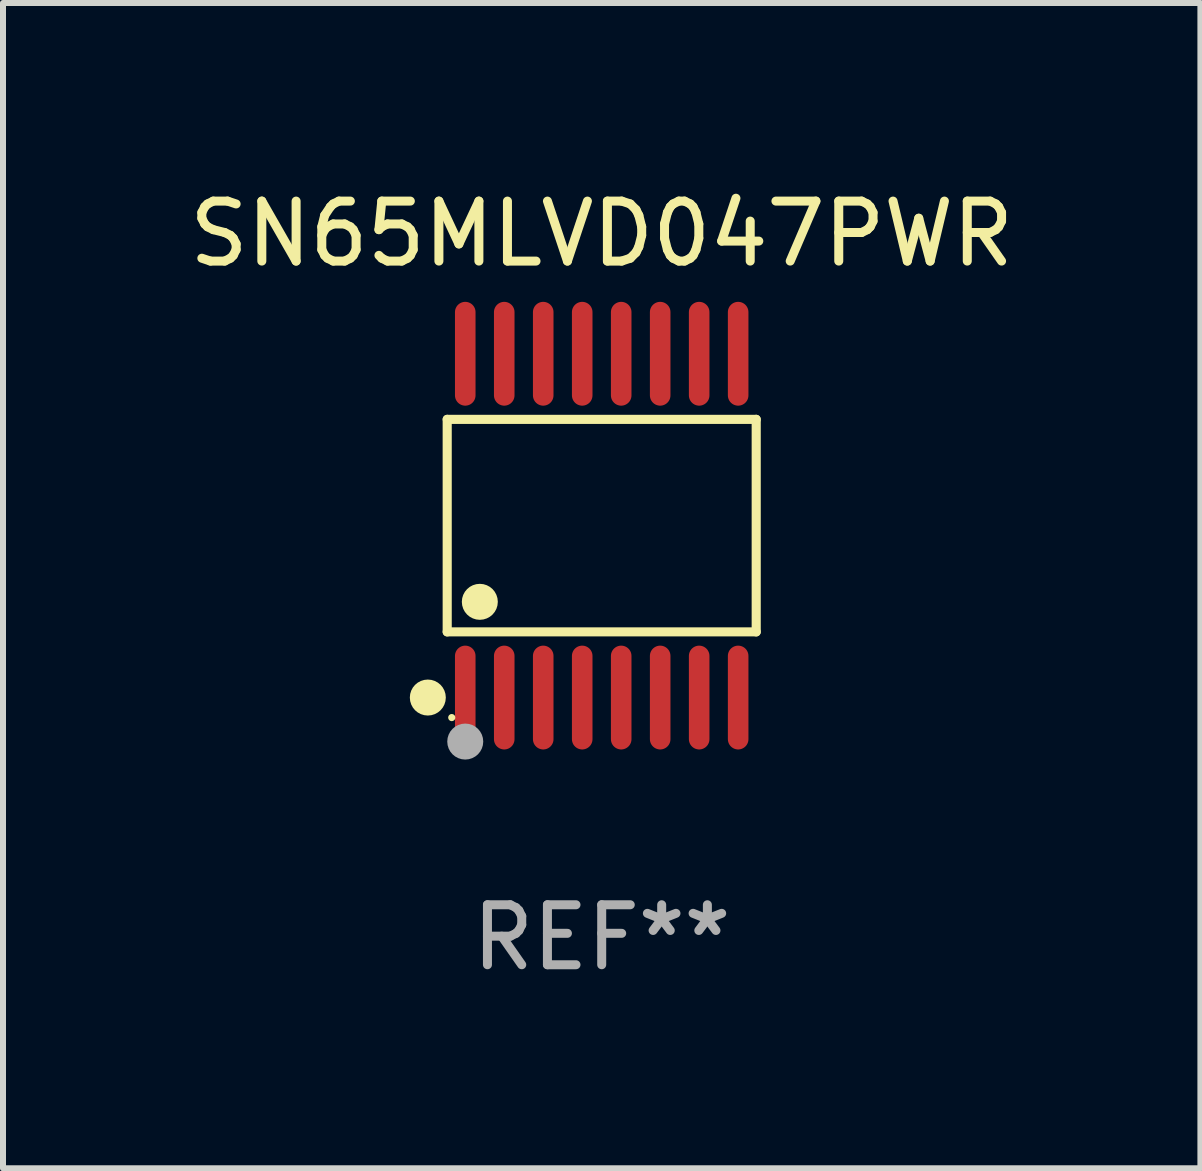
<source format=kicad_pcb>
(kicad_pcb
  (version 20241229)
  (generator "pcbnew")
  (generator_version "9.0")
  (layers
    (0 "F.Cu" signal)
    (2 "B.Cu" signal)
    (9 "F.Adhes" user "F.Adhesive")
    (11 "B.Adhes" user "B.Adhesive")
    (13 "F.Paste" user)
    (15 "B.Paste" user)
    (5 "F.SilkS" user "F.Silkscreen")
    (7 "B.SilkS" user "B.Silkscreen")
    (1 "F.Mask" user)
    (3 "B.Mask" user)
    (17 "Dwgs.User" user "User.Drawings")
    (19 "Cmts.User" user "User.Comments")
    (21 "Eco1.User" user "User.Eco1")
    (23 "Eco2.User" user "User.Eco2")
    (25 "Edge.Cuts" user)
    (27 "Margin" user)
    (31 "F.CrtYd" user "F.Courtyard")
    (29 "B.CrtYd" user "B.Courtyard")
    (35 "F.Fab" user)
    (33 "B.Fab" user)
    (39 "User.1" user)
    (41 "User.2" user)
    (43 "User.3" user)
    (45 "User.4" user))
  (footprint "SN65MLVD047PWR"
    (layer "F.Cu")
    (at 6.982 5.714)
    (property "Reference" "SN65MLVD047PWR" (at 0 -4.866 0) (layer "F.SilkS") (effects (font (size 1 1) (thickness 0.15))))
    (attr through_hole)
    (fp_line (start -2.576 -1.772) (end 2.576 -1.772) (stroke (width 0.152) (type solid)) (layer "F.SilkS"))
    (fp_line (start -2.576 1.771) (end -2.576 -1.772) (stroke (width 0.152) (type solid)) (layer "F.SilkS"))
    (fp_line (start 2.576 -1.772) (end 2.576 1.771) (stroke (width 0.152) (type solid)) (layer "F.SilkS"))
    (fp_line (start 2.576 1.771) (end -2.576 1.771) (stroke (width 0.152) (type solid)) (layer "F.SilkS"))
    (fp_circle (center -2.899 2.866) (end -2.749 2.866) (stroke (width 0.3) (type solid)) (fill no) (layer "F.SilkS"))
    (fp_circle (center -2.5 3.2) (end -2.47 3.2) (stroke (width 0.06) (type solid)) (fill no) (layer "F.SilkS"))
    (fp_circle (center -2.032 1.27) (end -1.882 1.27) (stroke (width 0.3) (type solid)) (fill no) (layer "F.SilkS"))
    (fp_circle (center -2.275 3.6) (end -2.125 3.6) (stroke (width 0.3) (type solid)) (fill no) (layer "F.Fab"))
    (fp_text user "REF**" (at 0 6.866 0) (layer "F.Fab") (effects (font (size 1 1) (thickness 0.15))))
    (pad "1" smd oval (at -2.275 2.866) (size 0.343 1.731) (layers "F.Cu" "F.Mask" "F.Paste"))
    (pad "2" smd oval (at -1.625 2.866) (size 0.343 1.731) (layers "F.Cu" "F.Mask" "F.Paste"))
    (pad "3" smd oval (at -0.975 2.866) (size 0.343 1.731) (layers "F.Cu" "F.Mask" "F.Paste"))
    (pad "4" smd oval (at -0.325 2.866) (size 0.343 1.731) (layers "F.Cu" "F.Mask" "F.Paste"))
    (pad "5" smd oval (at 0.325 2.866) (size 0.343 1.731) (layers "F.Cu" "F.Mask" "F.Paste"))
    (pad "6" smd oval (at 0.975 2.866) (size 0.343 1.731) (layers "F.Cu" "F.Mask" "F.Paste"))
    (pad "7" smd oval (at 1.625 2.866) (size 0.343 1.731) (layers "F.Cu" "F.Mask" "F.Paste"))
    (pad "8" smd oval (at 2.275 2.866) (size 0.343 1.731) (layers "F.Cu" "F.Mask" "F.Paste"))
    (pad "9" smd oval (at 2.275 -2.866) (size 0.343 1.731) (layers "F.Cu" "F.Mask" "F.Paste"))
    (pad "10" smd oval (at 1.625 -2.866) (size 0.343 1.731) (layers "F.Cu" "F.Mask" "F.Paste"))
    (pad "11" smd oval (at 0.975 -2.866) (size 0.343 1.731) (layers "F.Cu" "F.Mask" "F.Paste"))
    (pad "12" smd oval (at 0.325 -2.866) (size 0.343 1.731) (layers "F.Cu" "F.Mask" "F.Paste"))
    (pad "13" smd oval (at -0.325 -2.866) (size 0.343 1.731) (layers "F.Cu" "F.Mask" "F.Paste"))
    (pad "14" smd oval (at -0.975 -2.866) (size 0.343 1.731) (layers "F.Cu" "F.Mask" "F.Paste"))
    (pad "15" smd oval (at -1.625 -2.866) (size 0.343 1.731) (layers "F.Cu" "F.Mask" "F.Paste"))
    (pad "16" smd oval (at -2.275 -2.866) (size 0.343 1.731) (layers "F.Cu" "F.Mask" "F.Paste")))
  (gr_rect
    (start -3 -3)
    (end 16.964 16.428)
    (stroke (width 0.1) (type default))
    (fill no)
    (layer "Edge.Cuts")))
</source>
